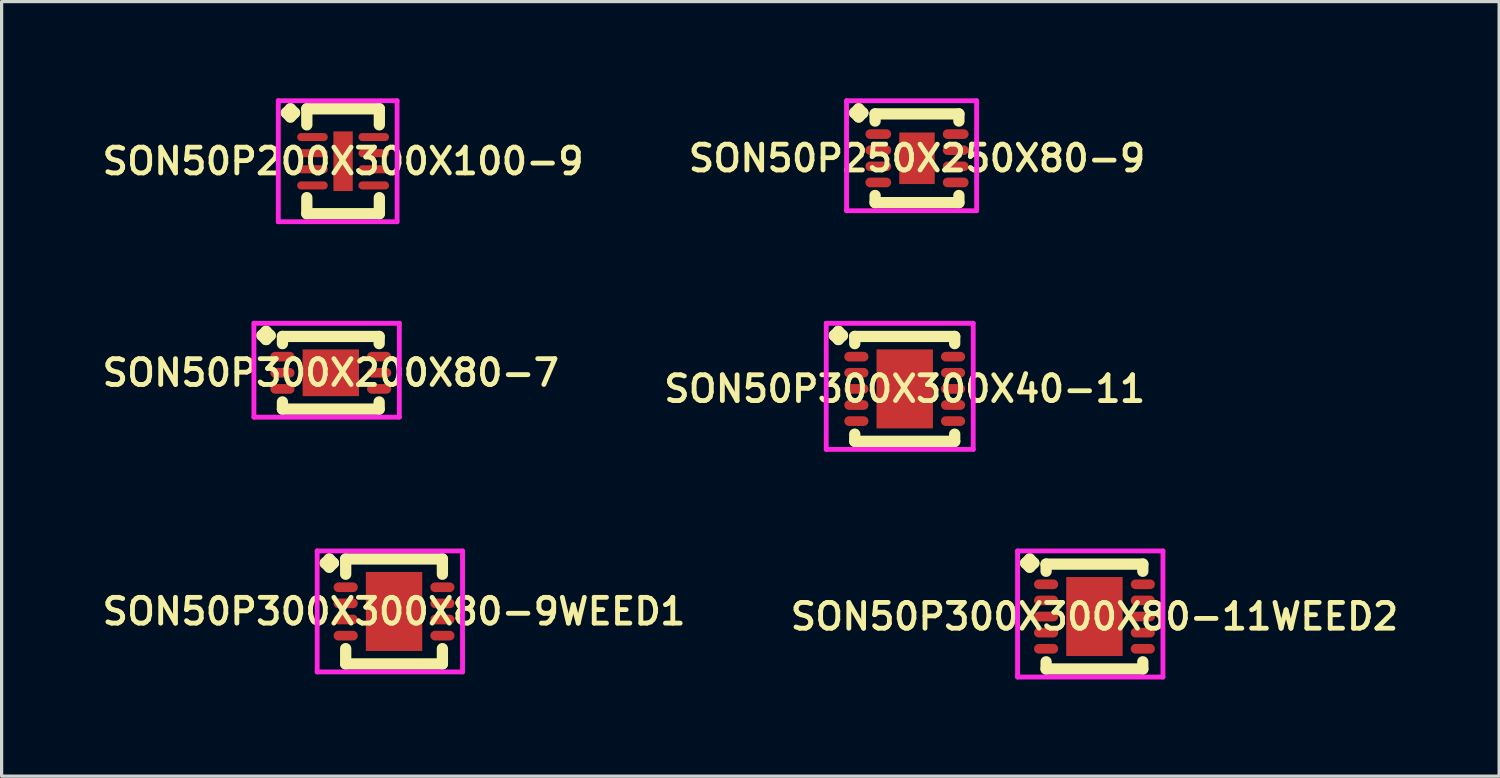
<source format=kicad_pcb>
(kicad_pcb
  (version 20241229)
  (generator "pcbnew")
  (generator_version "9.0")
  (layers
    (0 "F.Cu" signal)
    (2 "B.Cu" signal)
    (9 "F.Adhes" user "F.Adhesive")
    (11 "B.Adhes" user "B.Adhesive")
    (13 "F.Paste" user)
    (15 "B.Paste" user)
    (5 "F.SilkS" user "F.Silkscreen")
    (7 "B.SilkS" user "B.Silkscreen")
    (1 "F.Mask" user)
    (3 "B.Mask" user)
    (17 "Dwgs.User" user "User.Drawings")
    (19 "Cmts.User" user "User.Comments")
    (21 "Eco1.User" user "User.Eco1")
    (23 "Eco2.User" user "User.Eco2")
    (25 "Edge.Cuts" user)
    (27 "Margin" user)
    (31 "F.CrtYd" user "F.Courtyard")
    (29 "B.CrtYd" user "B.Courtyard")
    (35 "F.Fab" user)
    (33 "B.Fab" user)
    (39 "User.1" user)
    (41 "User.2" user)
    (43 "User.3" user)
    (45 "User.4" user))
  (footprint "SON50P300X300X80-9WEED1"
    (layer "F.Cu")
    (at 9.174 15.918)
    (property "Reference" "SON50P300X300X80-9WEED1" (at 0 0 0) (layer "F.SilkS") (effects (font (size 0.8 0.8) (thickness 0.15))))
    (attr smd)
    (fp_line (start -2.135 -1.5) (end -2.008 -1.627) (stroke (width 0.35) (type solid)) (layer "F.SilkS"))
    (fp_line (start -2.008 -1.627) (end -1.881 -1.5) (stroke (width 0.35) (type solid)) (layer "F.SilkS"))
    (fp_line (start -2.008 -1.373) (end -2.135 -1.5) (stroke (width 0.35) (type solid)) (layer "F.SilkS"))
    (fp_line (start -1.881 -1.5) (end -2.008 -1.373) (stroke (width 0.35) (type solid)) (layer "F.SilkS"))
    (fp_line (start -1.5 -1.627) (end 1.5 -1.627) (stroke (width 0.35) (type solid)) (layer "F.SilkS"))
    (fp_line (start -1.5 -1.154) (end -1.5 -1.627) (stroke (width 0.35) (type solid)) (layer "F.SilkS"))
    (fp_line (start -1.5 1.154) (end -1.5 1.627) (stroke (width 0.35) (type solid)) (layer "F.SilkS"))
    (fp_line (start -1.5 1.627) (end 1.5 1.627) (stroke (width 0.35) (type solid)) (layer "F.SilkS"))
    (fp_line (start 1.5 -1.627) (end 1.5 -1.154) (stroke (width 0.35) (type solid)) (layer "F.SilkS"))
    (fp_line (start 1.5 1.627) (end 1.5 1.154) (stroke (width 0.35) (type solid)) (layer "F.SilkS"))
    (fp_line (start -2.385 -1.877) (end 2.125 -1.877) (stroke (width 0.15) (type solid)) (layer "F.CrtYd"))
    (fp_line (start -2.385 1.877) (end -2.385 -1.877) (stroke (width 0.15) (type solid)) (layer "F.CrtYd"))
    (fp_line (start 2.125 -1.877) (end 2.125 1.877) (stroke (width 0.15) (type solid)) (layer "F.CrtYd"))
    (fp_line (start 2.125 1.877) (end -2.385 1.877) (stroke (width 0.15) (type solid)) (layer "F.CrtYd"))
    (pad "1" smd oval (at -1.5 -0.75) (size 0.75 0.3) (layers "F.Cu" "F.Mask" "F.Paste"))
    (pad "2" smd oval (at -1.5 -0.25) (size 0.75 0.3) (layers "F.Cu" "F.Mask" "F.Paste"))
    (pad "3" smd oval (at -1.5 0.25) (size 0.75 0.3) (layers "F.Cu" "F.Mask" "F.Paste"))
    (pad "4" smd oval (at -1.5 0.75) (size 0.75 0.3) (layers "F.Cu" "F.Mask" "F.Paste"))
    (pad "5" smd oval (at 1.5 0.75) (size 0.75 0.3) (layers "F.Cu" "F.Mask" "F.Paste"))
    (pad "6" smd oval (at 1.5 0.25) (size 0.75 0.3) (layers "F.Cu" "F.Mask" "F.Paste"))
    (pad "7" smd oval (at 1.5 -0.25) (size 0.75 0.3) (layers "F.Cu" "F.Mask" "F.Paste"))
    (pad "8" smd oval (at 1.5 -0.75) (size 0.75 0.3) (layers "F.Cu" "F.Mask" "F.Paste"))
    (pad "9" smd rect (at 0 0) (size 1.75 2.45) (layers "F.Cu" "F.Mask" "F.Paste")))
  (footprint "SON50P300X300X80-11WEED2"
    (layer "F.Cu")
    (at 30.902 16.076)
    (property "Reference" "SON50P300X300X80-11WEED2" (at 0 0 0) (layer "F.SilkS") (effects (font (size 0.8 0.8) (thickness 0.15))))
    (attr through_hole)
    (fp_line (start -2.135 -1.658) (end -2.008 -1.785) (stroke (width 0.35) (type solid)) (layer "F.SilkS"))
    (fp_line (start -2.008 -1.785) (end -1.881 -1.658) (stroke (width 0.35) (type solid)) (layer "F.SilkS"))
    (fp_line (start -2.008 -1.531) (end -2.135 -1.658) (stroke (width 0.35) (type solid)) (layer "F.SilkS"))
    (fp_line (start -1.881 -1.658) (end -2.008 -1.531) (stroke (width 0.35) (type solid)) (layer "F.SilkS"))
    (fp_line (start -1.5 -1.627) (end 1.5 -1.627) (stroke (width 0.35) (type solid)) (layer "F.SilkS"))
    (fp_line (start -1.5 -1.404) (end -1.5 -1.627) (stroke (width 0.35) (type solid)) (layer "F.SilkS"))
    (fp_line (start -1.5 1.404) (end -1.5 1.627) (stroke (width 0.35) (type solid)) (layer "F.SilkS"))
    (fp_line (start -1.5 1.627) (end 1.5 1.627) (stroke (width 0.35) (type solid)) (layer "F.SilkS"))
    (fp_line (start 1.5 -1.627) (end 1.5 -1.404) (stroke (width 0.35) (type solid)) (layer "F.SilkS"))
    (fp_line (start 1.5 1.627) (end 1.5 1.404) (stroke (width 0.35) (type solid)) (layer "F.SilkS"))
    (fp_line (start -2.385 -2.035) (end 2.125 -2.035) (stroke (width 0.15) (type solid)) (layer "F.CrtYd"))
    (fp_line (start -2.385 1.877) (end -2.385 -2.035) (stroke (width 0.15) (type solid)) (layer "F.CrtYd"))
    (fp_line (start 2.125 -2.035) (end 2.125 1.877) (stroke (width 0.15) (type solid)) (layer "F.CrtYd"))
    (fp_line (start 2.125 1.877) (end -2.385 1.877) (stroke (width 0.15) (type solid)) (layer "F.CrtYd"))
    (pad "1" smd oval (at -1.5 -1) (size 0.75 0.3) (layers "F.Cu" "F.Mask" "F.Paste"))
    (pad "2" smd oval (at -1.5 -0.5) (size 0.75 0.3) (layers "F.Cu" "F.Mask" "F.Paste"))
    (pad "3" smd oval (at -1.5 0) (size 0.75 0.3) (layers "F.Cu" "F.Mask" "F.Paste"))
    (pad "4" smd oval (at -1.5 0.5) (size 0.75 0.3) (layers "F.Cu" "F.Mask" "F.Paste"))
    (pad "5" smd oval (at -1.5 1) (size 0.75 0.3) (layers "F.Cu" "F.Mask" "F.Paste"))
    (pad "6" smd oval (at 1.5 1) (size 0.75 0.3) (layers "F.Cu" "F.Mask" "F.Paste"))
    (pad "7" smd oval (at 1.5 0.5) (size 0.75 0.3) (layers "F.Cu" "F.Mask" "F.Paste"))
    (pad "8" smd oval (at 1.5 0) (size 0.75 0.3) (layers "F.Cu" "F.Mask" "F.Paste"))
    (pad "9" smd oval (at 1.5 -0.5) (size 0.75 0.3) (layers "F.Cu" "F.Mask" "F.Paste"))
    (pad "10" smd oval (at 1.5 -1) (size 0.75 0.3) (layers "F.Cu" "F.Mask" "F.Paste"))
    (pad "11" smd rect (at 0 0) (size 1.75 2.45) (layers "F.Cu" "F.Mask" "F.Paste")))
  (footprint "SON50P300X300X40-11"
    (layer "F.Cu")
    (at 25.016 9.014)
    (property "Reference" "SON50P300X300X40-11" (at 0 0 0) (layer "F.SilkS") (effects (font (size 0.8 0.8) (thickness 0.15))))
    (attr through_hole)
    (fp_line (start -2.185 -1.658) (end -2.058 -1.785) (stroke (width 0.35) (type solid)) (layer "F.SilkS"))
    (fp_line (start -2.058 -1.785) (end -1.931 -1.658) (stroke (width 0.35) (type solid)) (layer "F.SilkS"))
    (fp_line (start -2.058 -1.531) (end -2.185 -1.658) (stroke (width 0.35) (type solid)) (layer "F.SilkS"))
    (fp_line (start -1.931 -1.658) (end -2.058 -1.531) (stroke (width 0.35) (type solid)) (layer "F.SilkS"))
    (fp_line (start -1.55 -1.627) (end 1.55 -1.627) (stroke (width 0.35) (type solid)) (layer "F.SilkS"))
    (fp_line (start -1.55 -1.404) (end -1.55 -1.627) (stroke (width 0.35) (type solid)) (layer "F.SilkS"))
    (fp_line (start -1.55 1.404) (end -1.55 1.627) (stroke (width 0.35) (type solid)) (layer "F.SilkS"))
    (fp_line (start -1.55 1.627) (end 1.55 1.627) (stroke (width 0.35) (type solid)) (layer "F.SilkS"))
    (fp_line (start 1.55 -1.627) (end 1.55 -1.404) (stroke (width 0.35) (type solid)) (layer "F.SilkS"))
    (fp_line (start 1.55 1.627) (end 1.55 1.404) (stroke (width 0.35) (type solid)) (layer "F.SilkS"))
    (fp_line (start -2.435 -2.035) (end 2.125 -2.035) (stroke (width 0.15) (type solid)) (layer "F.CrtYd"))
    (fp_line (start -2.435 1.877) (end -2.435 -2.035) (stroke (width 0.15) (type solid)) (layer "F.CrtYd"))
    (fp_line (start 2.125 -2.035) (end 2.125 1.877) (stroke (width 0.15) (type solid)) (layer "F.CrtYd"))
    (fp_line (start 2.125 1.877) (end -2.435 1.877) (stroke (width 0.15) (type solid)) (layer "F.CrtYd"))
    (pad "1" smd oval (at -1.5 -1) (size 0.75 0.3) (layers "F.Cu" "F.Mask" "F.Paste"))
    (pad "2" smd oval (at -1.5 -0.5) (size 0.75 0.3) (layers "F.Cu" "F.Mask" "F.Paste"))
    (pad "3" smd oval (at -1.5 0) (size 0.75 0.3) (layers "F.Cu" "F.Mask" "F.Paste"))
    (pad "4" smd oval (at -1.5 0.5) (size 0.75 0.3) (layers "F.Cu" "F.Mask" "F.Paste"))
    (pad "5" smd oval (at -1.5 1) (size 0.75 0.3) (layers "F.Cu" "F.Mask" "F.Paste"))
    (pad "6" smd oval (at 1.5 1) (size 0.75 0.3) (layers "F.Cu" "F.Mask" "F.Paste"))
    (pad "7" smd oval (at 1.5 0.5) (size 0.75 0.3) (layers "F.Cu" "F.Mask" "F.Paste"))
    (pad "8" smd oval (at 1.5 0) (size 0.75 0.3) (layers "F.Cu" "F.Mask" "F.Paste"))
    (pad "9" smd oval (at 1.5 -0.5) (size 0.75 0.3) (layers "F.Cu" "F.Mask" "F.Paste"))
    (pad "10" smd oval (at 1.5 -1) (size 0.75 0.3) (layers "F.Cu" "F.Mask" "F.Paste"))
    (pad "11" smd rect (at 0 0) (size 1.75 2.45) (layers "F.Cu" "F.Mask" "F.Paste")))
  (footprint "SON50P250X250X80-9"
    (layer "F.Cu")
    (at 25.397 1.86)
    (property "Reference" "SON50P250X250X80-9" (at 0 0 0) (layer "F.SilkS") (effects (font (size 0.8 0.8) (thickness 0.15))))
    (attr smd)
    (fp_line (start -1.935 -1.408) (end -1.808 -1.535) (stroke (width 0.35) (type solid)) (layer "F.SilkS"))
    (fp_line (start -1.808 -1.535) (end -1.681 -1.408) (stroke (width 0.35) (type solid)) (layer "F.SilkS"))
    (fp_line (start -1.808 -1.281) (end -1.935 -1.408) (stroke (width 0.35) (type solid)) (layer "F.SilkS"))
    (fp_line (start -1.681 -1.408) (end -1.808 -1.281) (stroke (width 0.35) (type solid)) (layer "F.SilkS"))
    (fp_line (start -1.3 -1.377) (end 1.3 -1.377) (stroke (width 0.35) (type solid)) (layer "F.SilkS"))
    (fp_line (start -1.3 -1.154) (end -1.3 -1.377) (stroke (width 0.35) (type solid)) (layer "F.SilkS"))
    (fp_line (start -1.3 1.154) (end -1.3 1.377) (stroke (width 0.35) (type solid)) (layer "F.SilkS"))
    (fp_line (start -1.3 1.377) (end 1.3 1.377) (stroke (width 0.35) (type solid)) (layer "F.SilkS"))
    (fp_line (start 1.3 -1.377) (end 1.3 -1.154) (stroke (width 0.35) (type solid)) (layer "F.SilkS"))
    (fp_line (start 1.3 1.377) (end 1.3 1.154) (stroke (width 0.35) (type solid)) (layer "F.SilkS"))
    (fp_line (start -2.185 -1.785) (end 1.85 -1.785) (stroke (width 0.15) (type solid)) (layer "F.CrtYd"))
    (fp_line (start -2.185 1.627) (end -2.185 -1.785) (stroke (width 0.15) (type solid)) (layer "F.CrtYd"))
    (fp_line (start 1.85 -1.785) (end 1.85 1.627) (stroke (width 0.15) (type solid)) (layer "F.CrtYd"))
    (fp_line (start 1.85 1.627) (end -2.185 1.627) (stroke (width 0.15) (type solid)) (layer "F.CrtYd"))
    (pad "1" smd oval (at -1.2 -0.75) (size 0.8 0.3) (layers "F.Cu" "F.Mask" "F.Paste"))
    (pad "2" smd oval (at -1.2 -0.25) (size 0.8 0.3) (layers "F.Cu" "F.Mask" "F.Paste"))
    (pad "3" smd oval (at -1.2 0.25) (size 0.8 0.3) (layers "F.Cu" "F.Mask" "F.Paste"))
    (pad "4" smd oval (at -1.2 0.75) (size 0.8 0.3) (layers "F.Cu" "F.Mask" "F.Paste"))
    (pad "5" smd oval (at 1.2 0.75) (size 0.8 0.3) (layers "F.Cu" "F.Mask" "F.Paste"))
    (pad "6" smd oval (at 1.2 0.25) (size 0.8 0.3) (layers "F.Cu" "F.Mask" "F.Paste"))
    (pad "7" smd oval (at 1.2 -0.25) (size 0.8 0.3) (layers "F.Cu" "F.Mask" "F.Paste"))
    (pad "8" smd oval (at 1.2 -0.75) (size 0.8 0.3) (layers "F.Cu" "F.Mask" "F.Paste"))
    (pad "9" smd rect (at 0 0) (size 1.1 1.6) (layers "F.Cu" "F.Mask" "F.Paste")))
  (footprint "SON50P200X300X100-9"
    (layer "F.Cu")
    (at 7.593 1.952)
    (property "Reference" "SON50P200X300X100-9" (at 0 0 0) (layer "F.SilkS") (effects (font (size 0.8 0.8) (thickness 0.15))))
    (attr through_hole)
    (fp_line (start -1.76 -1.5) (end -1.633 -1.627) (stroke (width 0.35) (type solid)) (layer "F.SilkS"))
    (fp_line (start -1.633 -1.627) (end -1.506 -1.5) (stroke (width 0.35) (type solid)) (layer "F.SilkS"))
    (fp_line (start -1.633 -1.373) (end -1.76 -1.5) (stroke (width 0.35) (type solid)) (layer "F.SilkS"))
    (fp_line (start -1.506 -1.5) (end -1.633 -1.373) (stroke (width 0.35) (type solid)) (layer "F.SilkS"))
    (fp_line (start -1.125 -1.627) (end 1.125 -1.627) (stroke (width 0.35) (type solid)) (layer "F.SilkS"))
    (fp_line (start -1.125 -1.129) (end -1.125 -1.627) (stroke (width 0.35) (type solid)) (layer "F.SilkS"))
    (fp_line (start -1.125 1.129) (end -1.125 1.627) (stroke (width 0.35) (type solid)) (layer "F.SilkS"))
    (fp_line (start -1.125 1.627) (end 1.125 1.627) (stroke (width 0.35) (type solid)) (layer "F.SilkS"))
    (fp_line (start 1.125 -1.627) (end 1.125 -1.129) (stroke (width 0.35) (type solid)) (layer "F.SilkS"))
    (fp_line (start 1.125 1.627) (end 1.125 1.129) (stroke (width 0.35) (type solid)) (layer "F.SilkS"))
    (fp_line (start -2.01 -1.877) (end 1.675 -1.877) (stroke (width 0.15) (type solid)) (layer "F.CrtYd"))
    (fp_line (start -2.01 1.877) (end -2.01 -1.877) (stroke (width 0.15) (type solid)) (layer "F.CrtYd"))
    (fp_line (start 1.675 -1.877) (end 1.675 1.877) (stroke (width 0.15) (type solid)) (layer "F.CrtYd"))
    (fp_line (start 1.675 1.877) (end -2.01 1.877) (stroke (width 0.15) (type solid)) (layer "F.CrtYd"))
    (pad "1" smd oval (at -0.95 -0.75) (size 0.95 0.25) (layers "F.Cu" "F.Mask" "F.Paste"))
    (pad "2" smd oval (at -0.95 -0.25) (size 0.95 0.25) (layers "F.Cu" "F.Mask" "F.Paste"))
    (pad "3" smd oval (at -0.95 0.25) (size 0.95 0.25) (layers "F.Cu" "F.Mask" "F.Paste"))
    (pad "4" smd oval (at -0.95 0.75) (size 0.95 0.25) (layers "F.Cu" "F.Mask" "F.Paste"))
    (pad "5" smd oval (at 0.95 0.75) (size 0.95 0.25) (layers "F.Cu" "F.Mask" "F.Paste"))
    (pad "6" smd oval (at 0.95 0.25) (size 0.95 0.25) (layers "F.Cu" "F.Mask" "F.Paste"))
    (pad "7" smd oval (at 0.95 -0.25) (size 0.95 0.25) (layers "F.Cu" "F.Mask" "F.Paste"))
    (pad "8" smd oval (at 0.95 -0.75) (size 0.95 0.25) (layers "F.Cu" "F.Mask" "F.Paste"))
    (pad "9" smd rect (at 0 0) (size 0.6 1.85) (layers "F.Cu" "F.Mask" "F.Paste")))
  (footprint "SON50P300X200X80-7"
    (layer "F.Cu")
    (at 7.212 8.514)
    (property "Reference" "SON50P300X200X80-7" (at 0 0 0) (layer "F.SilkS") (effects (font (size 0.8 0.8) (thickness 0.15))))
    (attr through_hole)
    (fp_line (start -2.135 -1.158) (end -2.008 -1.285) (stroke (width 0.35) (type solid)) (layer "F.SilkS"))
    (fp_line (start -2.008 -1.285) (end -1.881 -1.158) (stroke (width 0.35) (type solid)) (layer "F.SilkS"))
    (fp_line (start -2.008 -1.031) (end -2.135 -1.158) (stroke (width 0.35) (type solid)) (layer "F.SilkS"))
    (fp_line (start -1.881 -1.158) (end -2.008 -1.031) (stroke (width 0.35) (type solid)) (layer "F.SilkS"))
    (fp_line (start -1.5 -1.127) (end 1.5 -1.127) (stroke (width 0.35) (type solid)) (layer "F.SilkS"))
    (fp_line (start -1.5 -0.904) (end -1.5 -1.127) (stroke (width 0.35) (type solid)) (layer "F.SilkS"))
    (fp_line (start -1.5 0.904) (end -1.5 1.127) (stroke (width 0.35) (type solid)) (layer "F.SilkS"))
    (fp_line (start -1.5 1.127) (end 1.5 1.127) (stroke (width 0.35) (type solid)) (layer "F.SilkS"))
    (fp_line (start 1.5 -1.127) (end 1.5 -0.904) (stroke (width 0.35) (type solid)) (layer "F.SilkS"))
    (fp_line (start 1.5 1.127) (end 1.5 0.904) (stroke (width 0.35) (type solid)) (layer "F.SilkS"))
    (fp_line (start -2.385 -1.535) (end 2.125 -1.535) (stroke (width 0.15) (type solid)) (layer "F.CrtYd"))
    (fp_line (start -2.385 1.377) (end -2.385 -1.535) (stroke (width 0.15) (type solid)) (layer "F.CrtYd"))
    (fp_line (start 2.125 -1.535) (end 2.125 1.377) (stroke (width 0.15) (type solid)) (layer "F.CrtYd"))
    (fp_line (start 2.125 1.377) (end -2.385 1.377) (stroke (width 0.15) (type solid)) (layer "F.CrtYd"))
    (pad "1" smd oval (at -1.5 -0.5) (size 0.75 0.3) (layers "F.Cu" "F.Mask" "F.Paste"))
    (pad "2" smd oval (at -1.5 0) (size 0.75 0.3) (layers "F.Cu" "F.Mask" "F.Paste"))
    (pad "3" smd oval (at -1.5 0.5) (size 0.75 0.3) (layers "F.Cu" "F.Mask" "F.Paste"))
    (pad "4" smd oval (at 1.5 0.5) (size 0.75 0.3) (layers "F.Cu" "F.Mask" "F.Paste"))
    (pad "5" smd oval (at 1.5 0) (size 0.75 0.3) (layers "F.Cu" "F.Mask" "F.Paste"))
    (pad "6" smd oval (at 1.5 -0.5) (size 0.75 0.3) (layers "F.Cu" "F.Mask" "F.Paste"))
    (pad "7" smd rect (at 0 0) (size 1.75 1.45) (layers "F.Cu" "F.Mask" "F.Paste")))
  (gr_rect
    (start -3 -3)
    (end 43.456 21.028)
    (stroke (width 0.1) (type default))
    (fill no)
    (layer "Edge.Cuts")))
</source>
